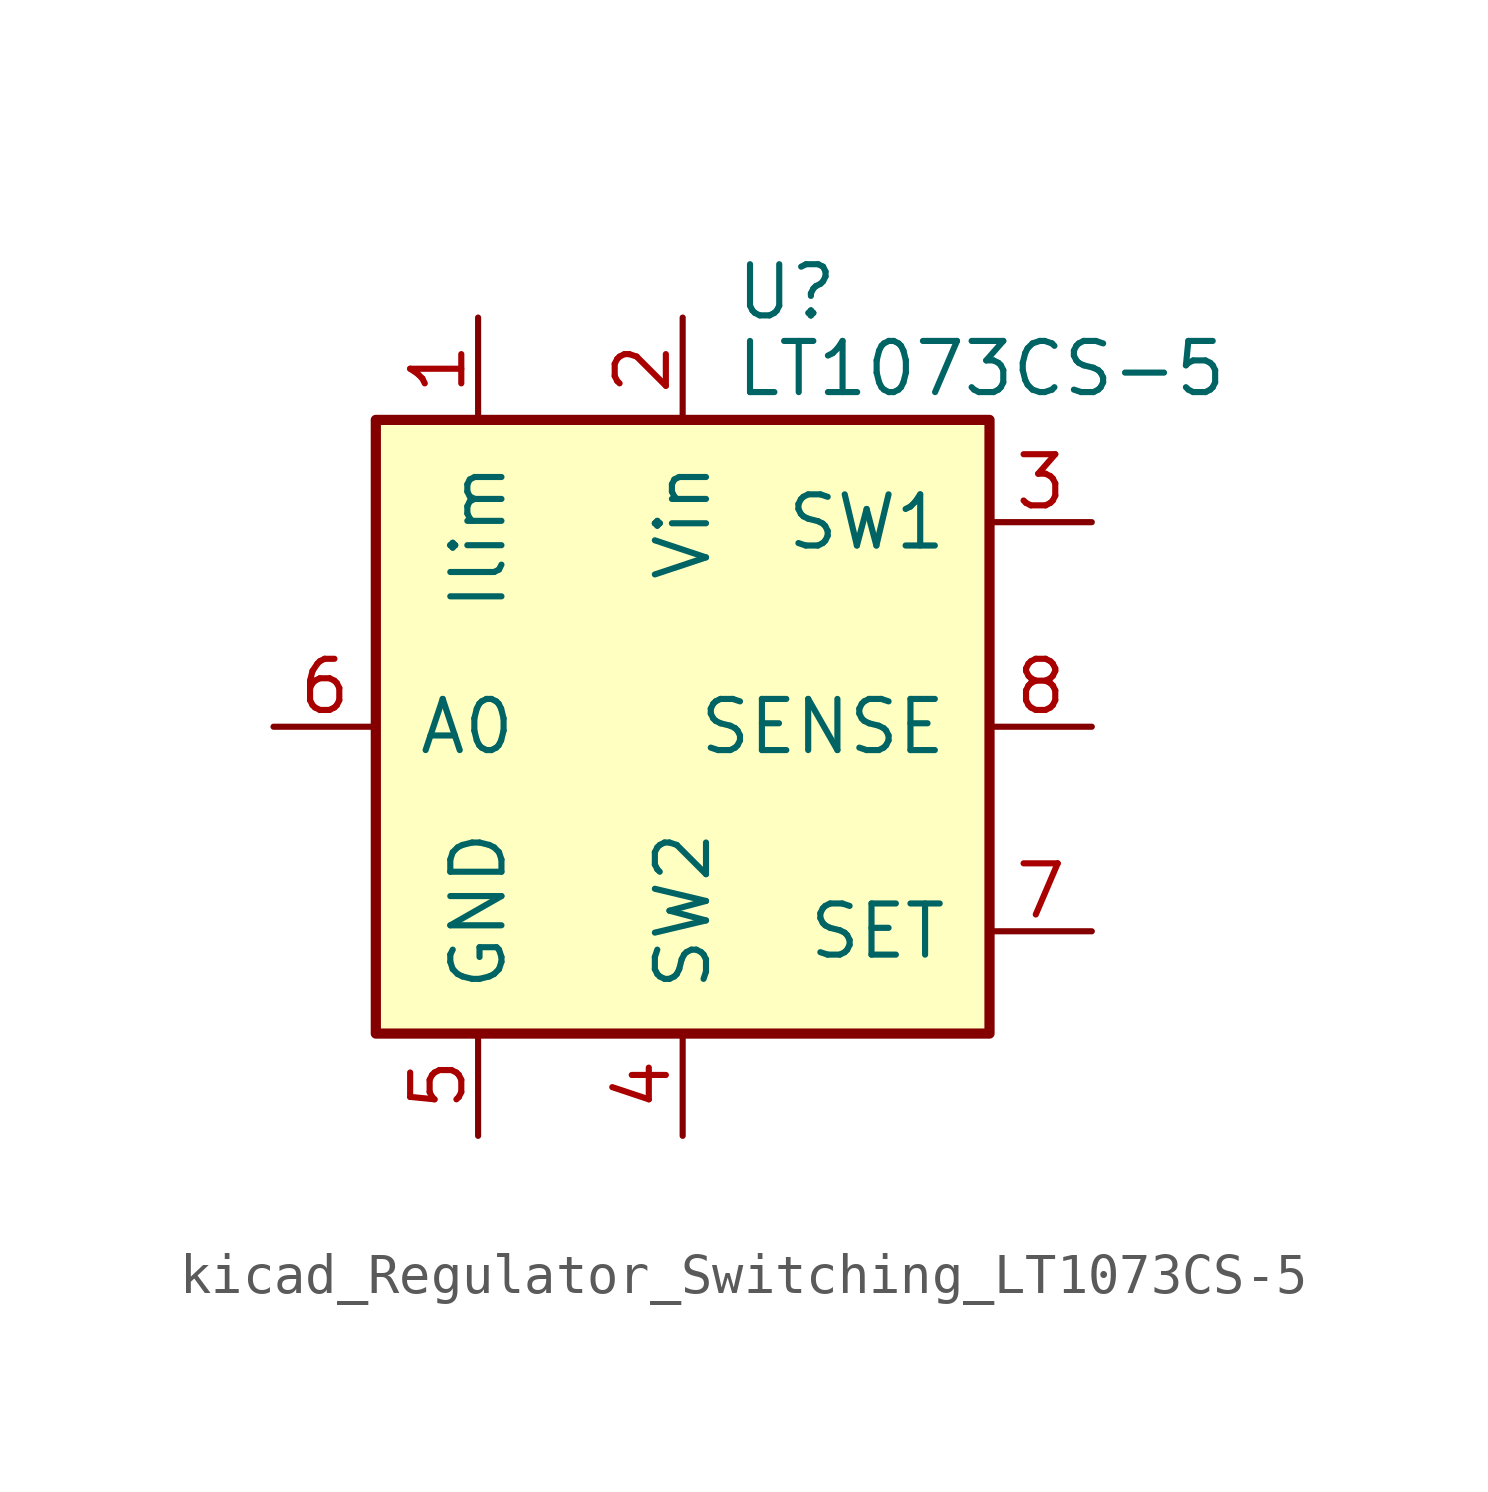
<source format=kicad_sym>
(kicad_symbol_lib
  (version 20220914)
  (generator kicad_symbol_editor)
  (symbol "kicad_Regulator_Switching_LT1073CS-5"
    (pin_names
      (offset 1.016))
    (property "Reference" "U"
      (at 1.27 10.795 0)
      (effects (font (size 1.27 1.27)) (justify left)))
    (property "Value" "LT1073CS-5"
      (at 1.27 8.89 0)
      (effects (font (size 1.27 1.27)) (justify left)))
    (symbol "kicad_Regulator_Switching_LT1073CS-5_0_1"
      (rectangle (start -7.62 7.62) (end 7.62 -7.62) (stroke (width 0.254) (type default)) (fill (type background))))
    (symbol "kicad_Regulator_Switching_LT1073CS-5_1_1"
      (pin input line (at -5.08 10.16 270) (length 2.54) (name "Ilim" (effects (font (size 1.27 1.27)))) (number "1" (effects (font (size 1.27 1.27)))))
      (pin power_in line (at 0 10.16 270) (length 2.54) (name "Vin" (effects (font (size 1.27 1.27)))) (number "2" (effects (font (size 1.27 1.27)))))
      (pin input line (at 10.16 5.08 180) (length 2.54) (name "SW1" (effects (font (size 1.27 1.27)))) (number "3" (effects (font (size 1.27 1.27)))))
      (pin input line (at 0 -10.16 90) (length 2.54) (name "SW2" (effects (font (size 1.27 1.27)))) (number "4" (effects (font (size 1.27 1.27)))))
      (pin power_in line (at -5.08 -10.16 90) (length 2.54) (name "GND" (effects (font (size 1.27 1.27)))) (number "5" (effects (font (size 1.27 1.27)))))
      (pin output line (at -10.16 0 0) (length 2.54) (name "A0" (effects (font (size 1.27 1.27)))) (number "6" (effects (font (size 1.27 1.27)))))
      (pin input line (at 10.16 -5.08 180) (length 2.54) (name "SET" (effects (font (size 1.27 1.27)))) (number "7" (effects (font (size 1.27 1.27)))))
      (pin input line (at 10.16 0 180) (length 2.54) (name "SENSE" (effects (font (size 1.27 1.27)))) (number "8" (effects (font (size 1.27 1.27))))))))
</source>
